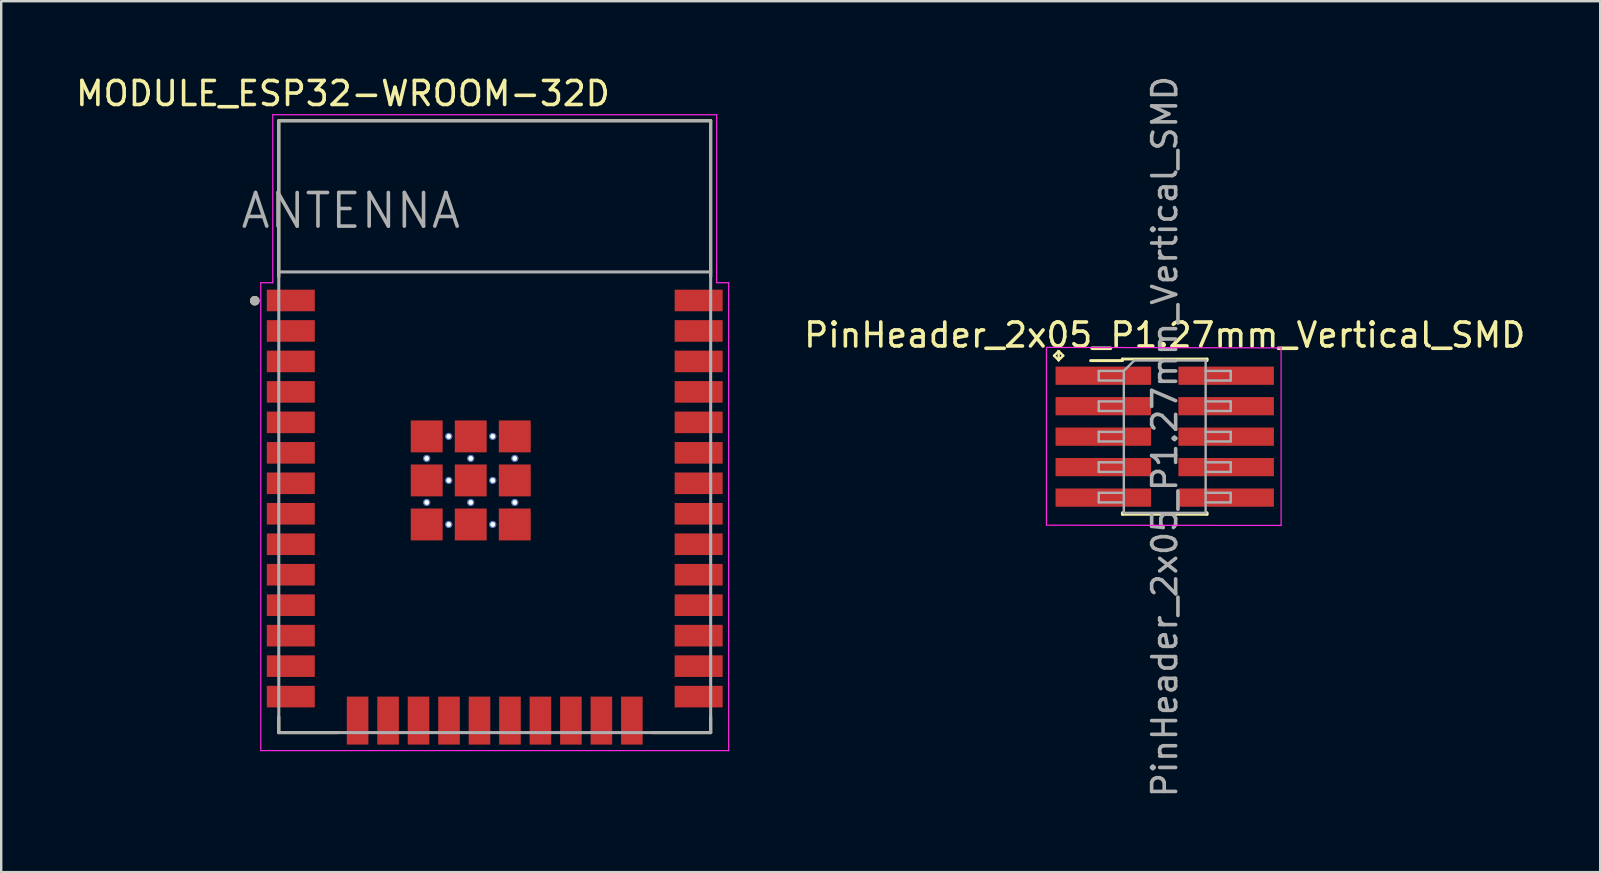
<source format=kicad_pcb>
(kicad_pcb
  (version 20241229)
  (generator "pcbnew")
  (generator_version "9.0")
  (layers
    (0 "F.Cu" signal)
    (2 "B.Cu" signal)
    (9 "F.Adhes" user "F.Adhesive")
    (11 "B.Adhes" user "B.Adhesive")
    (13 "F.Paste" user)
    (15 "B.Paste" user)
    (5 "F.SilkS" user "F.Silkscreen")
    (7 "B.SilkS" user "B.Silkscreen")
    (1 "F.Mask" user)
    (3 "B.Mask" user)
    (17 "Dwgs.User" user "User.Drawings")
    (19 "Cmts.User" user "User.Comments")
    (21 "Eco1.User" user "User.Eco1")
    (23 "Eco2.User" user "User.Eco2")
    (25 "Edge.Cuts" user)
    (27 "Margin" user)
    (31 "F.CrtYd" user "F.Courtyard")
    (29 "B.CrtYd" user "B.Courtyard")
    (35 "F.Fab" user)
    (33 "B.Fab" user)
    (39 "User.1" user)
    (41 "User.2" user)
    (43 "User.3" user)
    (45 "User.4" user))
  (footprint "MODULE_ESP32-WROOM-32D"
    (layer "F.Cu")
    (at 17.569 14.733)
    (property "Reference" "MODULE_ESP32-WROOM-32D" (at -6.325 -13.885 0) (layer "F.SilkS") (effects (font (size 1 1) (thickness 0.15))))
    (attr smd)
    (fp_line (start -9 -12.75) (end 9 -12.75) (stroke (width 0.127) (type solid)) (layer "F.SilkS"))
    (fp_line (start -9 -6.25) (end -9 -12.75) (stroke (width 0.127) (type solid)) (layer "F.SilkS"))
    (fp_line (start -9 12.1) (end -9 12.75) (stroke (width 0.127) (type solid)) (layer "F.SilkS"))
    (fp_line (start -9 12.75) (end -6.55 12.75) (stroke (width 0.127) (type solid)) (layer "F.SilkS"))
    (fp_line (start 6.55 12.75) (end 9 12.75) (stroke (width 0.127) (type solid)) (layer "F.SilkS"))
    (fp_line (start 9 -12.75) (end 9 -6.25) (stroke (width 0.127) (type solid)) (layer "F.SilkS"))
    (fp_line (start 9 12.75) (end 9 12.1) (stroke (width 0.127) (type solid)) (layer "F.SilkS"))
    (fp_circle (center -10 -5.25) (end -9.9 -5.25) (stroke (width 0.2) (type solid)) (fill no) (layer "F.SilkS"))
    (fp_line (start -9.75 -6) (end -9.25 -6) (stroke (width 0.05) (type solid)) (layer "F.CrtYd"))
    (fp_line (start -9.75 13.5) (end -9.75 -6) (stroke (width 0.05) (type solid)) (layer "F.CrtYd"))
    (fp_line (start -9.25 -13) (end 9.25 -13) (stroke (width 0.05) (type solid)) (layer "F.CrtYd"))
    (fp_line (start -9.25 -6) (end -9.25 -13) (stroke (width 0.05) (type solid)) (layer "F.CrtYd"))
    (fp_line (start 9.25 -13) (end 9.25 -6) (stroke (width 0.05) (type solid)) (layer "F.CrtYd"))
    (fp_line (start 9.25 -6) (end 9.75 -6) (stroke (width 0.05) (type solid)) (layer "F.CrtYd"))
    (fp_line (start 9.75 -6) (end 9.75 13.5) (stroke (width 0.05) (type solid)) (layer "F.CrtYd"))
    (fp_line (start 9.75 13.5) (end -9.75 13.5) (stroke (width 0.05) (type solid)) (layer "F.CrtYd"))
    (fp_line (start -9 -12.75) (end -9 -6.45) (stroke (width 0.127) (type solid)) (layer "F.Fab"))
    (fp_line (start -9 -12.75) (end 9 -12.75) (stroke (width 0.127) (type solid)) (layer "F.Fab"))
    (fp_line (start -9 -6.45) (end 9 -6.45) (stroke (width 0.127) (type solid)) (layer "F.Fab"))
    (fp_line (start -9 12.75) (end -9 -6.45) (stroke (width 0.127) (type solid)) (layer "F.Fab"))
    (fp_line (start 9 -12.75) (end 9 -6.45) (stroke (width 0.127) (type solid)) (layer "F.Fab"))
    (fp_line (start 9 -6.45) (end 9 12.75) (stroke (width 0.127) (type solid)) (layer "F.Fab"))
    (fp_line (start 9 12.75) (end -9 12.75) (stroke (width 0.127) (type solid)) (layer "F.Fab"))
    (fp_circle (center -10 -5.25) (end -9.9 -5.25) (stroke (width 0.2) (type solid)) (fill no) (layer "F.Fab"))
    (fp_text user "ANTENNA" (at -6 -9 0) (layer "F.Fab") (effects (font (size 1.4 1.4) (thickness 0.15))))
    (pad "1" smd rect (at -8.5 -5.26) (size 2 0.9) (layers "F.Cu" "F.Mask" "F.Paste"))
    (pad "2" smd rect (at -8.5 -3.99) (size 2 0.9) (layers "F.Cu" "F.Mask" "F.Paste"))
    (pad "3" smd rect (at -8.5 -2.72) (size 2 0.9) (layers "F.Cu" "F.Mask" "F.Paste"))
    (pad "4" smd rect (at -8.5 -1.45) (size 2 0.9) (layers "F.Cu" "F.Mask" "F.Paste"))
    (pad "5" smd rect (at -8.5 -0.18) (size 2 0.9) (layers "F.Cu" "F.Mask" "F.Paste"))
    (pad "6" smd rect (at -8.5 1.09) (size 2 0.9) (layers "F.Cu" "F.Mask" "F.Paste"))
    (pad "7" smd rect (at -8.5 2.36) (size 2 0.9) (layers "F.Cu" "F.Mask" "F.Paste"))
    (pad "8" smd rect (at -8.5 3.63) (size 2 0.9) (layers "F.Cu" "F.Mask" "F.Paste"))
    (pad "9" smd rect (at -8.5 4.9) (size 2 0.9) (layers "F.Cu" "F.Mask" "F.Paste"))
    (pad "10" smd rect (at -8.5 6.17) (size 2 0.9) (layers "F.Cu" "F.Mask" "F.Paste"))
    (pad "11" smd rect (at -8.5 7.44) (size 2 0.9) (layers "F.Cu" "F.Mask" "F.Paste"))
    (pad "12" smd rect (at -8.5 8.71) (size 2 0.9) (layers "F.Cu" "F.Mask" "F.Paste"))
    (pad "13" smd rect (at -8.5 9.98) (size 2 0.9) (layers "F.Cu" "F.Mask" "F.Paste"))
    (pad "14" smd rect (at -8.5 11.25) (size 2 0.9) (layers "F.Cu" "F.Mask" "F.Paste"))
    (pad "15" smd rect (at -5.715 12.25) (size 0.9 2) (layers "F.Cu" "F.Mask" "F.Paste"))
    (pad "16" smd rect (at -4.445 12.25) (size 0.9 2) (layers "F.Cu" "F.Mask" "F.Paste"))
    (pad "17" smd rect (at -3.175 12.25) (size 0.9 2) (layers "F.Cu" "F.Mask" "F.Paste"))
    (pad "18" smd rect (at -1.905 12.25) (size 0.9 2) (layers "F.Cu" "F.Mask" "F.Paste"))
    (pad "19" smd rect (at -0.635 12.25) (size 0.9 2) (layers "F.Cu" "F.Mask" "F.Paste"))
    (pad "20" smd rect (at 0.635 12.25) (size 0.9 2) (layers "F.Cu" "F.Mask" "F.Paste"))
    (pad "21" smd rect (at 1.905 12.25) (size 0.9 2) (layers "F.Cu" "F.Mask" "F.Paste"))
    (pad "22" smd rect (at 3.175 12.25) (size 0.9 2) (layers "F.Cu" "F.Mask" "F.Paste"))
    (pad "23" smd rect (at 4.445 12.25) (size 0.9 2) (layers "F.Cu" "F.Mask" "F.Paste"))
    (pad "24" smd rect (at 5.715 12.25) (size 0.9 2) (layers "F.Cu" "F.Mask" "F.Paste"))
    (pad "25" smd rect (at 8.5 11.25) (size 2 0.9) (layers "F.Cu" "F.Mask" "F.Paste"))
    (pad "26" smd rect (at 8.5 9.98) (size 2 0.9) (layers "F.Cu" "F.Mask" "F.Paste"))
    (pad "27" smd rect (at 8.5 8.71) (size 2 0.9) (layers "F.Cu" "F.Mask" "F.Paste"))
    (pad "28" smd rect (at 8.5 7.44) (size 2 0.9) (layers "F.Cu" "F.Mask" "F.Paste"))
    (pad "29" smd rect (at 8.5 6.17) (size 2 0.9) (layers "F.Cu" "F.Mask" "F.Paste"))
    (pad "30" smd rect (at 8.5 4.9) (size 2 0.9) (layers "F.Cu" "F.Mask" "F.Paste"))
    (pad "31" smd rect (at 8.5 3.63) (size 2 0.9) (layers "F.Cu" "F.Mask" "F.Paste"))
    (pad "32" smd rect (at 8.5 2.36) (size 2 0.9) (layers "F.Cu" "F.Mask" "F.Paste"))
    (pad "33" smd rect (at 8.5 1.09) (size 2 0.9) (layers "F.Cu" "F.Mask" "F.Paste"))
    (pad "34" smd rect (at 8.5 -0.18) (size 2 0.9) (layers "F.Cu" "F.Mask" "F.Paste"))
    (pad "35" smd rect (at 8.5 -1.45) (size 2 0.9) (layers "F.Cu" "F.Mask" "F.Paste"))
    (pad "36" smd rect (at 8.5 -2.72) (size 2 0.9) (layers "F.Cu" "F.Mask" "F.Paste"))
    (pad "37" smd rect (at 8.5 -3.99) (size 2 0.9) (layers "F.Cu" "F.Mask" "F.Paste"))
    (pad "38" smd rect (at 8.5 -5.26) (size 2 0.9) (layers "F.Cu" "F.Mask" "F.Paste"))
    (pad "39_1" smd rect (at -2.835 0.405) (size 1.33 1.33) (layers "F.Cu" "F.Mask" "F.Paste"))
    (pad "39_2" smd rect (at -1 0.405) (size 1.33 1.33) (layers "F.Cu" "F.Mask" "F.Paste"))
    (pad "39_3" smd rect (at 0.835 0.405) (size 1.33 1.33) (layers "F.Cu" "F.Mask" "F.Paste"))
    (pad "39_4" smd rect (at -2.835 2.24) (size 1.33 1.33) (layers "F.Cu" "F.Mask" "F.Paste"))
    (pad "39_5" smd rect (at -1 2.24) (size 1.33 1.33) (layers "F.Cu" "F.Mask" "F.Paste"))
    (pad "39_6" smd rect (at 0.835 2.24) (size 1.33 1.33) (layers "F.Cu" "F.Mask" "F.Paste"))
    (pad "39_7" smd rect (at -2.835 4.075) (size 1.33 1.33) (layers "F.Cu" "F.Mask" "F.Paste"))
    (pad "39_8" smd rect (at -1 4.075) (size 1.33 1.33) (layers "F.Cu" "F.Mask" "F.Paste"))
    (pad "39_9" smd rect (at 0.835 4.075) (size 1.33 1.33) (layers "F.Cu" "F.Mask" "F.Paste"))
    (pad "39_10" thru_hole circle (at -1.917 0.405) (size 0.3 0.3) (drill 0.2) (layers "*.Cu" "*.Mask"))
    (pad "39_11" thru_hole circle (at -0.083 0.405) (size 0.3 0.3) (drill 0.2) (layers "*.Cu" "*.Mask"))
    (pad "39_12" thru_hole circle (at -2.835 1.323) (size 0.3 0.3) (drill 0.2) (layers "*.Cu" "*.Mask"))
    (pad "39_13" thru_hole circle (at -1 1.323) (size 0.3 0.3) (drill 0.2) (layers "*.Cu" "*.Mask"))
    (pad "39_14" thru_hole circle (at 0.835 1.323) (size 0.3 0.3) (drill 0.2) (layers "*.Cu" "*.Mask"))
    (pad "39_15" thru_hole circle (at -1.917 2.24) (size 0.3 0.3) (drill 0.2) (layers "*.Cu" "*.Mask"))
    (pad "39_16" thru_hole circle (at -0.083 2.24) (size 0.3 0.3) (drill 0.2) (layers "*.Cu" "*.Mask"))
    (pad "39_17" thru_hole circle (at -2.835 3.158) (size 0.3 0.3) (drill 0.2) (layers "*.Cu" "*.Mask"))
    (pad "39_18" thru_hole circle (at -1 3.158) (size 0.3 0.3) (drill 0.2) (layers "*.Cu" "*.Mask"))
    (pad "39_19" thru_hole circle (at 0.835 3.158) (size 0.3 0.3) (drill 0.2) (layers "*.Cu" "*.Mask"))
    (pad "39_20" thru_hole circle (at -1.917 4.075) (size 0.3 0.3) (drill 0.2) (layers "*.Cu" "*.Mask"))
    (pad "39_21" thru_hole circle (at -0.083 4.075) (size 0.3 0.3) (drill 0.2) (layers "*.Cu" "*.Mask"))
    (zone (net_name "") (layer "F.Cu") (hatch full 0.508) (connect_pads) (min_thickness 0.01) (filled_areas_thickness no) (keepout (tracks not_allowed) (vias not_allowed) (pads not_allowed) (copperpour not_allowed) (footprints allowed)) (placement (enabled no)) (fill) (polygon (pts (xy 8.569 1.983) (xy 26.569 1.983) (xy 26.569 8.283) (xy 8.569 8.283))))
    (zone (net_name "") (layers "F.Cu" "B.Cu") (hatch full 0.508) (connect_pads) (min_thickness 0.01) (filled_areas_thickness no) (keepout (tracks allowed) (vias not_allowed) (pads allowed) (copperpour allowed) (footprints allowed)) (placement (enabled no)) (fill) (polygon (pts (xy 8.569 1.983) (xy 26.569 1.983) (xy 26.569 8.283) (xy 8.569 8.283)))))
  (footprint "PinHeader_2x05_P1.27mm_Vertical_SMD"
    (layer "F.Cu")
    (at 45.493 15.149)
    (property "Reference" "PinHeader_2x05_P1.27mm_Vertical_SMD" (at 0 -4.235 0) (layer "F.SilkS") (effects (font (size 1 1) (thickness 0.15))))
    (attr smd)
    (fp_line (start -3.09 -3.17) (end -1.765 -3.17) (stroke (width 0.12) (type solid)) (layer "F.SilkS"))
    (fp_line (start -1.765 -3.235) (end -1.765 -3.17) (stroke (width 0.12) (type solid)) (layer "F.SilkS"))
    (fp_line (start -1.765 -3.235) (end 1.765 -3.235) (stroke (width 0.12) (type solid)) (layer "F.SilkS"))
    (fp_line (start -1.765 3.17) (end -1.765 3.235) (stroke (width 0.12) (type solid)) (layer "F.SilkS"))
    (fp_line (start -1.765 3.235) (end 1.765 3.235) (stroke (width 0.12) (type solid)) (layer "F.SilkS"))
    (fp_line (start 1.765 -3.235) (end 1.765 -3.17) (stroke (width 0.12) (type solid)) (layer "F.SilkS"))
    (fp_line (start 1.765 3.17) (end 1.765 3.235) (stroke (width 0.12) (type solid)) (layer "F.SilkS"))
    (fp_line (start -4.93 -3.71) (end -4.93 3.69) (stroke (width 0.05) (type solid)) (layer "F.CrtYd"))
    (fp_line (start -4.93 3.69) (end 4.85 3.7) (stroke (width 0.05) (type solid)) (layer "F.CrtYd"))
    (fp_line (start 4.85 -3.7) (end -4.92 -3.72) (stroke (width 0.05) (type solid)) (layer "F.CrtYd"))
    (fp_line (start 4.85 3.7) (end 4.85 -3.7) (stroke (width 0.05) (type solid)) (layer "F.CrtYd"))
    (fp_line (start -2.75 -2.74) (end -2.75 -2.34) (stroke (width 0.1) (type solid)) (layer "F.Fab"))
    (fp_line (start -2.75 -2.34) (end -1.705 -2.34) (stroke (width 0.1) (type solid)) (layer "F.Fab"))
    (fp_line (start -2.75 -1.47) (end -2.75 -1.07) (stroke (width 0.1) (type solid)) (layer "F.Fab"))
    (fp_line (start -2.75 -1.07) (end -1.705 -1.07) (stroke (width 0.1) (type solid)) (layer "F.Fab"))
    (fp_line (start -2.75 -0.2) (end -2.75 0.2) (stroke (width 0.1) (type solid)) (layer "F.Fab"))
    (fp_line (start -2.75 0.2) (end -1.705 0.2) (stroke (width 0.1) (type solid)) (layer "F.Fab"))
    (fp_line (start -2.75 1.07) (end -2.75 1.47) (stroke (width 0.1) (type solid)) (layer "F.Fab"))
    (fp_line (start -2.75 1.47) (end -1.705 1.47) (stroke (width 0.1) (type solid)) (layer "F.Fab"))
    (fp_line (start -2.75 2.34) (end -2.75 2.74) (stroke (width 0.1) (type solid)) (layer "F.Fab"))
    (fp_line (start -2.75 2.74) (end -1.705 2.74) (stroke (width 0.1) (type solid)) (layer "F.Fab"))
    (fp_line (start -1.705 -2.74) (end -2.75 -2.74) (stroke (width 0.1) (type solid)) (layer "F.Fab"))
    (fp_line (start -1.705 -2.74) (end -1.27 -3.175) (stroke (width 0.1) (type solid)) (layer "F.Fab"))
    (fp_line (start -1.705 -1.47) (end -2.75 -1.47) (stroke (width 0.1) (type solid)) (layer "F.Fab"))
    (fp_line (start -1.705 -0.2) (end -2.75 -0.2) (stroke (width 0.1) (type solid)) (layer "F.Fab"))
    (fp_line (start -1.705 1.07) (end -2.75 1.07) (stroke (width 0.1) (type solid)) (layer "F.Fab"))
    (fp_line (start -1.705 2.34) (end -2.75 2.34) (stroke (width 0.1) (type solid)) (layer "F.Fab"))
    (fp_line (start -1.705 3.175) (end -1.705 -2.74) (stroke (width 0.1) (type solid)) (layer "F.Fab"))
    (fp_line (start -1.27 -3.175) (end 1.705 -3.175) (stroke (width 0.1) (type solid)) (layer "F.Fab"))
    (fp_line (start 1.705 -3.175) (end 1.705 3.175) (stroke (width 0.1) (type solid)) (layer "F.Fab"))
    (fp_line (start 1.705 -2.74) (end 2.75 -2.74) (stroke (width 0.1) (type solid)) (layer "F.Fab"))
    (fp_line (start 1.705 -1.47) (end 2.75 -1.47) (stroke (width 0.1) (type solid)) (layer "F.Fab"))
    (fp_line (start 1.705 -0.2) (end 2.75 -0.2) (stroke (width 0.1) (type solid)) (layer "F.Fab"))
    (fp_line (start 1.705 1.07) (end 2.75 1.07) (stroke (width 0.1) (type solid)) (layer "F.Fab"))
    (fp_line (start 1.705 2.34) (end 2.75 2.34) (stroke (width 0.1) (type solid)) (layer "F.Fab"))
    (fp_line (start 1.705 3.175) (end -1.705 3.175) (stroke (width 0.1) (type solid)) (layer "F.Fab"))
    (fp_line (start 2.75 -2.74) (end 2.75 -2.34) (stroke (width 0.1) (type solid)) (layer "F.Fab"))
    (fp_line (start 2.75 -2.34) (end 1.705 -2.34) (stroke (width 0.1) (type solid)) (layer "F.Fab"))
    (fp_line (start 2.75 -1.47) (end 2.75 -1.07) (stroke (width 0.1) (type solid)) (layer "F.Fab"))
    (fp_line (start 2.75 -1.07) (end 1.705 -1.07) (stroke (width 0.1) (type solid)) (layer "F.Fab"))
    (fp_line (start 2.75 -0.2) (end 2.75 0.2) (stroke (width 0.1) (type solid)) (layer "F.Fab"))
    (fp_line (start 2.75 0.2) (end 1.705 0.2) (stroke (width 0.1) (type solid)) (layer "F.Fab"))
    (fp_line (start 2.75 1.07) (end 2.75 1.47) (stroke (width 0.1) (type solid)) (layer "F.Fab"))
    (fp_line (start 2.75 1.47) (end 1.705 1.47) (stroke (width 0.1) (type solid)) (layer "F.Fab"))
    (fp_line (start 2.75 2.34) (end 2.75 2.74) (stroke (width 0.1) (type solid)) (layer "F.Fab"))
    (fp_line (start 2.75 2.74) (end 1.705 2.74) (stroke (width 0.1) (type solid)) (layer "F.Fab"))
    (fp_text user "." (at -5.44 -2.69 0) (unlocked yes) (layer "F.SilkS") (effects (font (size 4 4) (thickness 0.1)) (justify left bottom)))
    (fp_text user "${REFERENCE}" (at 0 0 90) (layer "F.Fab") (effects (font (size 1 1) (thickness 0.15))))
    (pad "1" smd rect (at -2.56 -2.54) (size 3.98 0.76) (layers "F.Cu" "F.Mask" "F.Paste"))
    (pad "2" smd rect (at 2.56 -2.54) (size 3.98 0.76) (layers "F.Cu" "F.Mask" "F.Paste"))
    (pad "3" smd rect (at -2.56 -1.27) (size 3.98 0.76) (layers "F.Cu" "F.Mask" "F.Paste"))
    (pad "4" smd rect (at 2.56 -1.27) (size 3.98 0.76) (layers "F.Cu" "F.Mask" "F.Paste"))
    (pad "5" smd rect (at -2.56 0) (size 3.98 0.76) (layers "F.Cu" "F.Mask" "F.Paste"))
    (pad "6" smd rect (at 2.56 0) (size 3.98 0.76) (layers "F.Cu" "F.Mask" "F.Paste"))
    (pad "7" smd rect (at -2.56 1.27) (size 3.98 0.76) (layers "F.Cu" "F.Mask" "F.Paste"))
    (pad "8" smd rect (at 2.56 1.27) (size 3.98 0.76) (layers "F.Cu" "F.Mask" "F.Paste"))
    (pad "9" smd rect (at -2.56 2.54) (size 3.98 0.76) (layers "F.Cu" "F.Mask" "F.Paste"))
    (pad "10" smd rect (at 2.56 2.54) (size 3.98 0.76) (layers "F.Cu" "F.Mask" "F.Paste")))
  (gr_rect
    (start -3 -3)
    (end 63.642 33.298)
    (stroke (width 0.1) (type default))
    (fill no)
    (layer "Edge.Cuts")))
</source>
